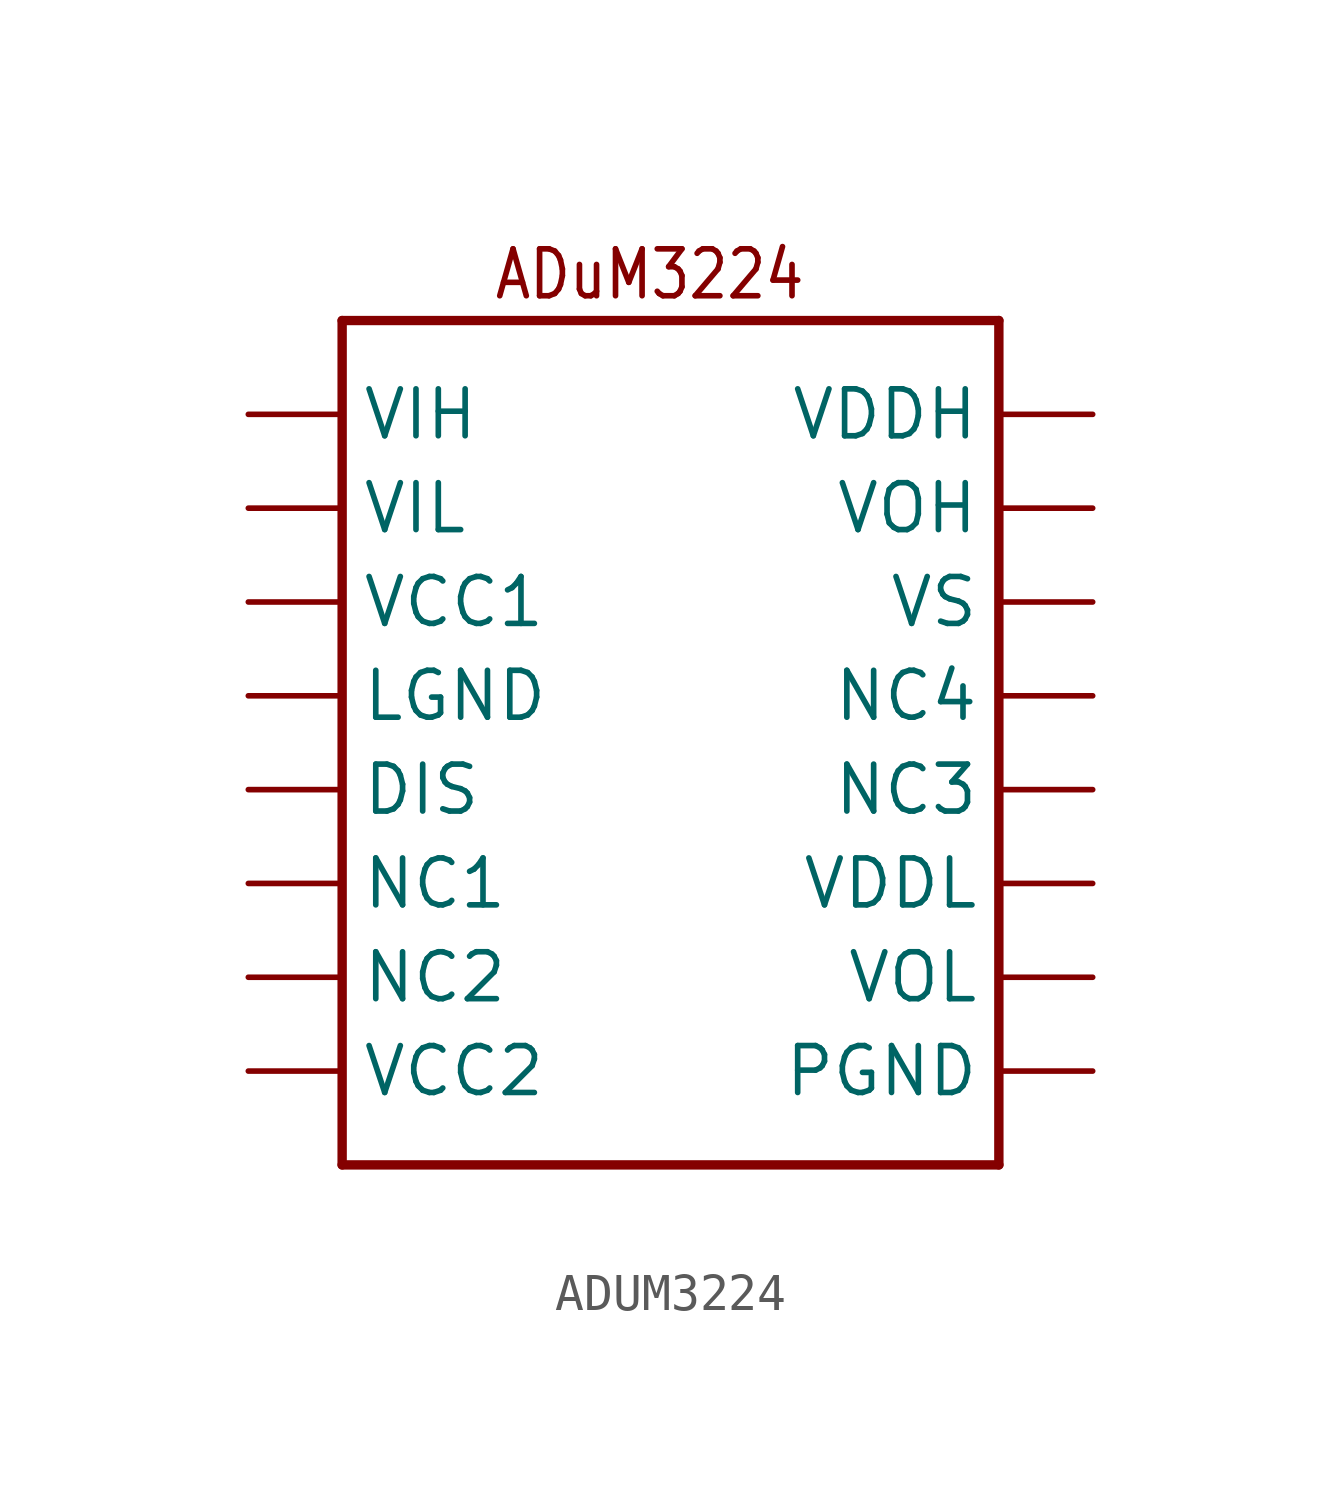
<source format=kicad_sym>
(kicad_symbol_lib
  (version 20211014)
  (generator kicad_symbol_editor)
  (symbol "ADUM3224"
    (property "Reference" ""
      (at 0 0 0)
      (effects (font (size 1.27 1.27)) hide))
    (property "ki_locked" ""
      (at 0 0 0)
      (effects (font (size 1.27 1.27))))
    (symbol "ADUM3224_1_0"
      (polyline (pts (xy 0 -20.32) (xy 17.78 -20.32)) (stroke (width 0.254) (type default) (color 0 0 0 0)) (fill (type none)))
      (polyline (pts (xy 0 2.54) (xy 0 -20.32)) (stroke (width 0.254) (type default) (color 0 0 0 0)) (fill (type none)))
      (polyline (pts (xy 17.78 -20.32) (xy 17.78 2.54)) (stroke (width 0.254) (type default) (color 0 0 0 0)) (fill (type none)))
      (polyline (pts (xy 17.78 2.54) (xy 0 2.54)) (stroke (width 0.254) (type default) (color 0 0 0 0)) (fill (type none)))
      (text "ADuM3224" (at 4.064 3.048 0) (effects (font (size 1.27 1.079)) (justify left bottom)))
      (pin bidirectional line (at -2.54 -10.16 0) (length 2.54) (name "DIS" (effects (font (size 1.27 1.27)))) (number "DIS" (effects (font (size 0 0)))))
      (pin bidirectional line (at -2.54 -7.62 0) (length 2.54) (name "LGND" (effects (font (size 1.27 1.27)))) (number "LGND" (effects (font (size 0 0)))))
      (pin bidirectional line (at -2.54 -12.7 0) (length 2.54) (name "NC1" (effects (font (size 1.27 1.27)))) (number "NC1" (effects (font (size 0 0)))))
      (pin bidirectional line (at -2.54 -15.24 0) (length 2.54) (name "NC2" (effects (font (size 1.27 1.27)))) (number "NC2" (effects (font (size 0 0)))))
      (pin bidirectional line (at 20.32 -10.16 180) (length 2.54) (name "NC3" (effects (font (size 1.27 1.27)))) (number "NC3" (effects (font (size 0 0)))))
      (pin bidirectional line (at 20.32 -7.62 180) (length 2.54) (name "NC4" (effects (font (size 1.27 1.27)))) (number "NC4" (effects (font (size 0 0)))))
      (pin bidirectional line (at 20.32 -17.78 180) (length 2.54) (name "PGND" (effects (font (size 1.27 1.27)))) (number "PGND" (effects (font (size 0 0)))))
      (pin bidirectional line (at -2.54 -5.08 0) (length 2.54) (name "VCC1" (effects (font (size 1.27 1.27)))) (number "VCC1" (effects (font (size 0 0)))))
      (pin bidirectional line (at -2.54 -17.78 0) (length 2.54) (name "VCC2" (effects (font (size 1.27 1.27)))) (number "VCC2" (effects (font (size 0 0)))))
      (pin bidirectional line (at 20.32 0 180) (length 2.54) (name "VDDH" (effects (font (size 1.27 1.27)))) (number "VDDH" (effects (font (size 0 0)))))
      (pin bidirectional line (at 20.32 -12.7 180) (length 2.54) (name "VDDL" (effects (font (size 1.27 1.27)))) (number "VDDL" (effects (font (size 0 0)))))
      (pin bidirectional line (at -2.54 0 0) (length 2.54) (name "VIH" (effects (font (size 1.27 1.27)))) (number "VIH" (effects (font (size 0 0)))))
      (pin bidirectional line (at -2.54 -2.54 0) (length 2.54) (name "VIL" (effects (font (size 1.27 1.27)))) (number "VIL" (effects (font (size 0 0)))))
      (pin bidirectional line (at 20.32 -2.54 180) (length 2.54) (name "VOH" (effects (font (size 1.27 1.27)))) (number "VOH" (effects (font (size 0 0)))))
      (pin bidirectional line (at 20.32 -15.24 180) (length 2.54) (name "VOL" (effects (font (size 1.27 1.27)))) (number "VOL" (effects (font (size 0 0)))))
      (pin bidirectional line (at 20.32 -5.08 180) (length 2.54) (name "VS" (effects (font (size 1.27 1.27)))) (number "VS" (effects (font (size 0 0))))))))
</source>
